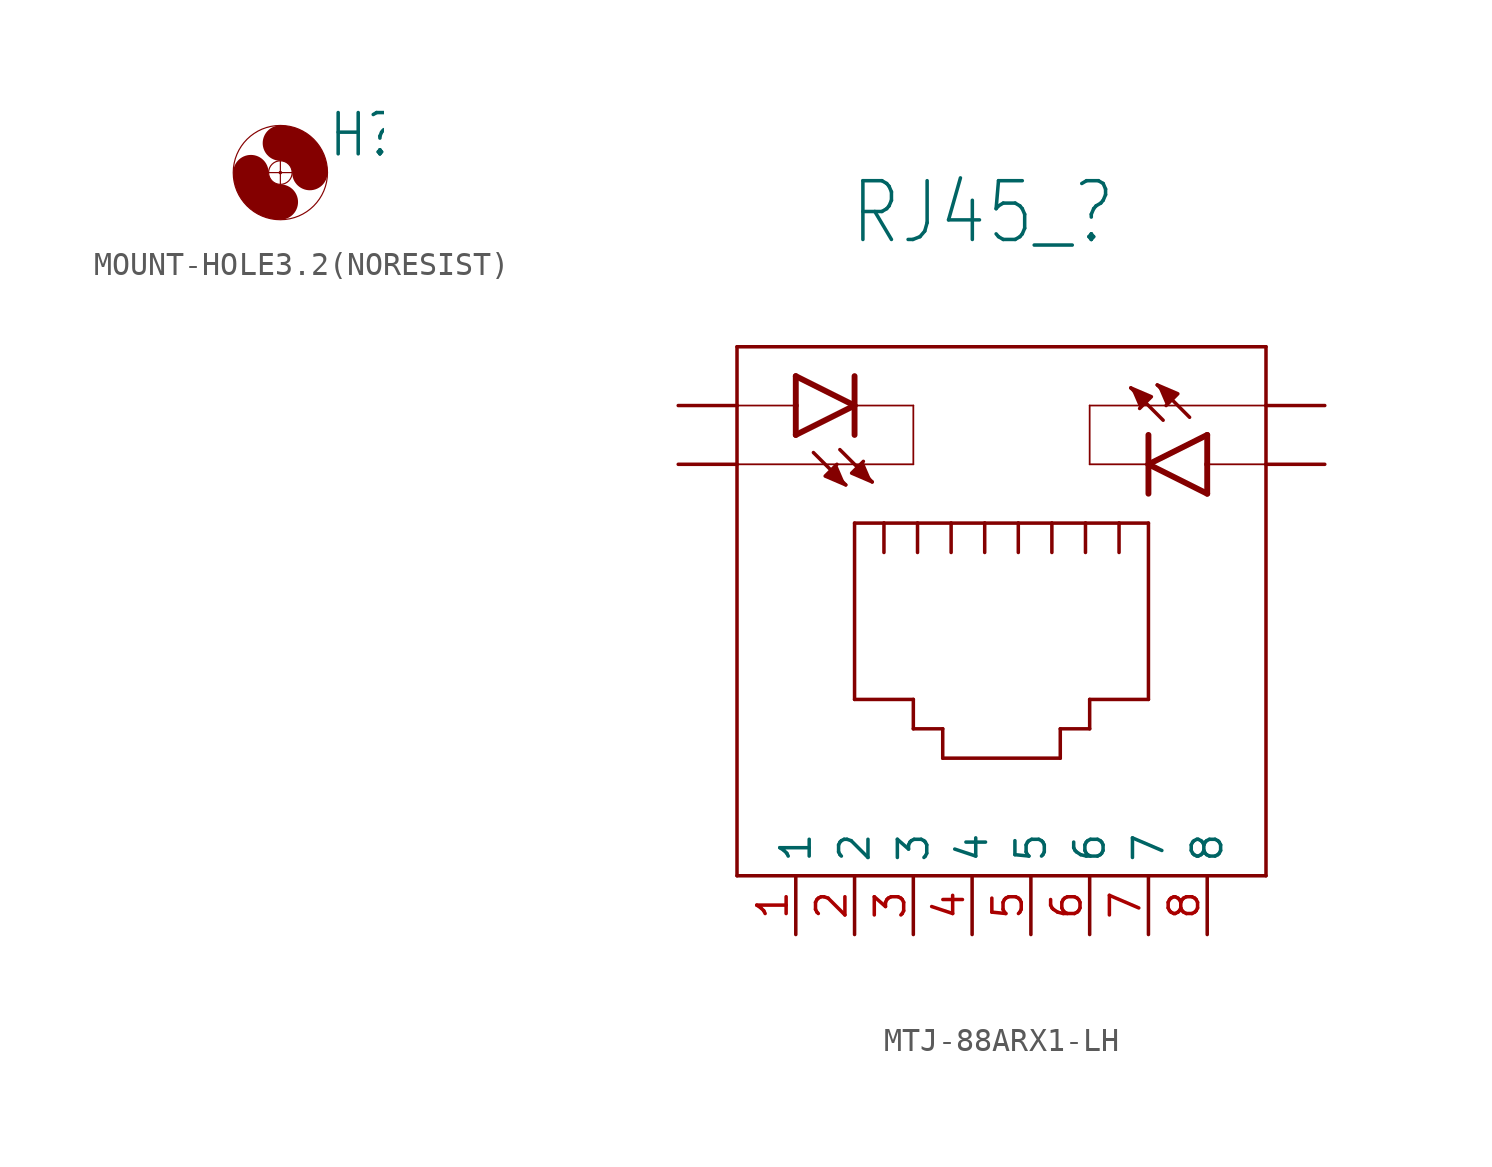
<source format=kicad_sym>
(kicad_symbol_lib
  (version 20220914)
  (generator kicad_symbol_editor)
  (symbol "MOUNT-HOLE3.2(NORESIST)"
    (property "Reference" "H"
      (at 2.032 0.584 0)
      (effects (font (size 1.778 1.511)) (justify left bottom)))
    (property "Value" ""
      (at 2.032 -2.464 0)
      (effects (font (size 1.778 1.511)) (justify left bottom)))
    (property "ki_locked" ""
      (at 0 0 0)
      (effects (font (size 1.27 1.27))))
    (symbol "MOUNT-HOLE3.2(NORESIST)_1_0"
      (arc (start -1.27 0) (mid -0.898 -0.898) (end 0 -1.27) (stroke (width 1.524) (type solid)) (fill (type none)))
      (polyline (pts (xy -0.508 0) (xy 0.508 0)) (stroke (width 0.051) (type solid)) (fill (type none)))
      (polyline (pts (xy 0 0.508) (xy 0 -0.508)) (stroke (width 0.051) (type solid)) (fill (type none)))
      (circle (center 0 0) (radius 0.508) (stroke (width 0.051) (type solid)) (fill (type none)))
      (circle (center 0 0) (radius 2.032) (stroke (width 0.051) (type solid)) (fill (type none)))
      (arc (start 1.27 0) (mid 0.898 0.898) (end 0 1.27) (stroke (width 1.524) (type solid)) (fill (type none)))
      (pin bidirectional line (at 0 0 0) (length 0) (name "P$1" (effects (font (size 0 0)))) (number "P$1" (effects (font (size 0 0)))))))
  (symbol "MTJ-88ARX1-LH"
    (property "Reference" "RJ45_"
      (at 4.826 27.178 0)
      (effects (font (size 2.54 2.159)) (justify left bottom)))
    (property "Value" ""
      (at 4.826 23.876 0)
      (effects (font (size 2.54 2.159)) (justify left bottom)))
    (property "ki_locked" ""
      (at 0 0 0)
      (effects (font (size 1.27 1.27))))
    (symbol "MTJ-88ARX1-LH_1_0"
      (polyline (pts (xy 0 0) (xy 22.86 0)) (stroke (width 0.152) (type solid)) (fill (type none)))
      (polyline (pts (xy 0 17.78) (xy 0 0)) (stroke (width 0.152) (type solid)) (fill (type none)))
      (polyline (pts (xy 0 17.78) (xy 7.62 17.78)) (stroke (width 0.076) (type solid)) (fill (type none)))
      (polyline (pts (xy 0 20.32) (xy 0 17.78)) (stroke (width 0.152) (type solid)) (fill (type none)))
      (polyline (pts (xy 0 20.32) (xy 2.54 20.32)) (stroke (width 0.076) (type solid)) (fill (type none)))
      (polyline (pts (xy 0 22.86) (xy 0 20.32)) (stroke (width 0.152) (type solid)) (fill (type none)))
      (polyline (pts (xy 2.54 20.32) (xy 2.54 19.05)) (stroke (width 0.254) (type solid)) (fill (type none)))
      (polyline (pts (xy 2.54 21.59) (xy 2.54 20.32)) (stroke (width 0.254) (type solid)) (fill (type none)))
      (polyline (pts (xy 2.54 21.59) (xy 5.08 20.32)) (stroke (width 0.254) (type solid)) (fill (type none)))
      (polyline (pts (xy 3.302 18.288) (xy 4.699 16.891)) (stroke (width 0.152) (type solid)) (fill (type none)))
      (polyline (pts (xy 4.445 18.415) (xy 5.842 17.018)) (stroke (width 0.152) (type solid)) (fill (type none)))
      (polyline (pts (xy 5.08 7.62) (xy 7.62 7.62)) (stroke (width 0.152) (type solid)) (fill (type none)))
      (polyline (pts (xy 5.08 15.24) (xy 5.08 7.62)) (stroke (width 0.152) (type solid)) (fill (type none)))
      (polyline (pts (xy 5.08 20.32) (xy 2.54 19.05)) (stroke (width 0.254) (type solid)) (fill (type none)))
      (polyline (pts (xy 5.08 20.32) (xy 5.08 19.05)) (stroke (width 0.254) (type solid)) (fill (type none)))
      (polyline (pts (xy 5.08 21.59) (xy 5.08 20.32)) (stroke (width 0.254) (type solid)) (fill (type none)))
      (polyline (pts (xy 6.35 15.24) (xy 5.08 15.24)) (stroke (width 0.152) (type solid)) (fill (type none)))
      (polyline (pts (xy 6.35 15.24) (xy 6.35 13.97)) (stroke (width 0.152) (type solid)) (fill (type none)))
      (polyline (pts (xy 7.62 6.35) (xy 8.89 6.35)) (stroke (width 0.152) (type solid)) (fill (type none)))
      (polyline (pts (xy 7.62 7.62) (xy 7.62 6.35)) (stroke (width 0.152) (type solid)) (fill (type none)))
      (polyline (pts (xy 7.62 17.78) (xy 7.62 20.32)) (stroke (width 0.076) (type solid)) (fill (type none)))
      (polyline (pts (xy 7.62 20.32) (xy 5.08 20.32)) (stroke (width 0.076) (type solid)) (fill (type none)))
      (polyline (pts (xy 7.801 15.24) (xy 6.35 15.24)) (stroke (width 0.152) (type solid)) (fill (type none)))
      (polyline (pts (xy 7.801 15.24) (xy 7.801 13.97)) (stroke (width 0.152) (type solid)) (fill (type none)))
      (polyline (pts (xy 8.89 5.08) (xy 13.97 5.08)) (stroke (width 0.152) (type solid)) (fill (type none)))
      (polyline (pts (xy 8.89 6.35) (xy 8.89 5.08)) (stroke (width 0.152) (type solid)) (fill (type none)))
      (polyline (pts (xy 9.253 15.24) (xy 7.801 15.24)) (stroke (width 0.152) (type solid)) (fill (type none)))
      (polyline (pts (xy 9.253 15.24) (xy 9.253 13.97)) (stroke (width 0.152) (type solid)) (fill (type none)))
      (polyline (pts (xy 10.704 15.24) (xy 9.253 15.24)) (stroke (width 0.152) (type solid)) (fill (type none)))
      (polyline (pts (xy 10.704 15.24) (xy 10.704 13.97)) (stroke (width 0.152) (type solid)) (fill (type none)))
      (polyline (pts (xy 12.156 15.24) (xy 10.704 15.24)) (stroke (width 0.152) (type solid)) (fill (type none)))
      (polyline (pts (xy 12.156 15.24) (xy 12.156 13.97)) (stroke (width 0.152) (type solid)) (fill (type none)))
      (polyline (pts (xy 13.607 15.24) (xy 12.156 15.24)) (stroke (width 0.152) (type solid)) (fill (type none)))
      (polyline (pts (xy 13.607 15.24) (xy 13.607 13.97)) (stroke (width 0.152) (type solid)) (fill (type none)))
      (polyline (pts (xy 13.97 5.08) (xy 13.97 6.35)) (stroke (width 0.152) (type solid)) (fill (type none)))
      (polyline (pts (xy 13.97 6.35) (xy 15.24 6.35)) (stroke (width 0.152) (type solid)) (fill (type none)))
      (polyline (pts (xy 15.059 15.24) (xy 13.607 15.24)) (stroke (width 0.152) (type solid)) (fill (type none)))
      (polyline (pts (xy 15.059 15.24) (xy 15.059 13.97)) (stroke (width 0.152) (type solid)) (fill (type none)))
      (polyline (pts (xy 15.24 6.35) (xy 15.24 7.62)) (stroke (width 0.152) (type solid)) (fill (type none)))
      (polyline (pts (xy 15.24 7.62) (xy 17.78 7.62)) (stroke (width 0.152) (type solid)) (fill (type none)))
      (polyline (pts (xy 15.24 17.78) (xy 15.24 20.32)) (stroke (width 0.076) (type solid)) (fill (type none)))
      (polyline (pts (xy 15.24 20.32) (xy 22.86 20.32)) (stroke (width 0.076) (type solid)) (fill (type none)))
      (polyline (pts (xy 16.51 15.24) (xy 15.059 15.24)) (stroke (width 0.152) (type solid)) (fill (type none)))
      (polyline (pts (xy 16.51 15.24) (xy 16.51 13.97)) (stroke (width 0.152) (type solid)) (fill (type none)))
      (polyline (pts (xy 17.78 7.62) (xy 17.78 15.24)) (stroke (width 0.152) (type solid)) (fill (type none)))
      (polyline (pts (xy 17.78 15.24) (xy 16.51 15.24)) (stroke (width 0.152) (type solid)) (fill (type none)))
      (polyline (pts (xy 17.78 16.51) (xy 17.78 17.78)) (stroke (width 0.254) (type solid)) (fill (type none)))
      (polyline (pts (xy 17.78 17.78) (xy 15.24 17.78)) (stroke (width 0.076) (type solid)) (fill (type none)))
      (polyline (pts (xy 17.78 17.78) (xy 17.78 19.05)) (stroke (width 0.254) (type solid)) (fill (type none)))
      (polyline (pts (xy 17.78 17.78) (xy 20.32 19.05)) (stroke (width 0.254) (type solid)) (fill (type none)))
      (polyline (pts (xy 18.415 19.685) (xy 17.018 21.082)) (stroke (width 0.152) (type solid)) (fill (type none)))
      (polyline (pts (xy 19.558 19.812) (xy 18.161 21.209)) (stroke (width 0.152) (type solid)) (fill (type none)))
      (polyline (pts (xy 20.32 16.51) (xy 17.78 17.78)) (stroke (width 0.254) (type solid)) (fill (type none)))
      (polyline (pts (xy 20.32 16.51) (xy 20.32 17.78)) (stroke (width 0.254) (type solid)) (fill (type none)))
      (polyline (pts (xy 20.32 17.78) (xy 20.32 19.05)) (stroke (width 0.254) (type solid)) (fill (type none)))
      (polyline (pts (xy 22.86 0) (xy 22.86 17.78)) (stroke (width 0.152) (type solid)) (fill (type none)))
      (polyline (pts (xy 22.86 17.78) (xy 20.32 17.78)) (stroke (width 0.076) (type solid)) (fill (type none)))
      (polyline (pts (xy 22.86 17.78) (xy 22.86 20.32)) (stroke (width 0.152) (type solid)) (fill (type none)))
      (polyline (pts (xy 22.86 20.32) (xy 22.86 22.86)) (stroke (width 0.152) (type solid)) (fill (type none)))
      (polyline (pts (xy 22.86 22.86) (xy 0 22.86)) (stroke (width 0.152) (type solid)) (fill (type none)))
      (polyline (pts (xy 4.699 16.891) (xy 3.81 17.272) (xy 4.318 17.78)) (stroke (width 0.152) (type solid)) (fill (type outline)))
      (polyline (pts (xy 5.842 17.018) (xy 4.953 17.399) (xy 5.461 17.907)) (stroke (width 0.152) (type solid)) (fill (type outline)))
      (polyline (pts (xy 17.018 21.082) (xy 17.907 20.701) (xy 17.399 20.193)) (stroke (width 0.152) (type solid)) (fill (type outline)))
      (polyline (pts (xy 18.161 21.209) (xy 19.05 20.828) (xy 18.542 20.32)) (stroke (width 0.152) (type solid)) (fill (type outline)))
      (pin bidirectional line (at 2.54 -2.54 90) (length 2.54) (name "1" (effects (font (size 1.27 1.27)))) (number "1" (effects (font (size 1.27 1.27)))))
      (pin bidirectional line (at 5.08 -2.54 90) (length 2.54) (name "2" (effects (font (size 1.27 1.27)))) (number "2" (effects (font (size 1.27 1.27)))))
      (pin bidirectional line (at 7.62 -2.54 90) (length 2.54) (name "3" (effects (font (size 1.27 1.27)))) (number "3" (effects (font (size 1.27 1.27)))))
      (pin bidirectional line (at 10.16 -2.54 90) (length 2.54) (name "4" (effects (font (size 1.27 1.27)))) (number "4" (effects (font (size 1.27 1.27)))))
      (pin bidirectional line (at 12.7 -2.54 90) (length 2.54) (name "5" (effects (font (size 1.27 1.27)))) (number "5" (effects (font (size 1.27 1.27)))))
      (pin bidirectional line (at 15.24 -2.54 90) (length 2.54) (name "6" (effects (font (size 1.27 1.27)))) (number "6" (effects (font (size 1.27 1.27)))))
      (pin bidirectional line (at 17.78 -2.54 90) (length 2.54) (name "7" (effects (font (size 1.27 1.27)))) (number "7" (effects (font (size 1.27 1.27)))))
      (pin bidirectional line (at 20.32 -2.54 90) (length 2.54) (name "8" (effects (font (size 1.27 1.27)))) (number "8" (effects (font (size 1.27 1.27)))))
      (pin bidirectional line (at -2.54 20.32 0) (length 2.54) (name "LED1_A" (effects (font (size 0 0)))) (number "LED1_A" (effects (font (size 0 0)))))
      (pin bidirectional line (at -2.54 17.78 0) (length 2.54) (name "LED1_K" (effects (font (size 0 0)))) (number "LED1_K" (effects (font (size 0 0)))))
      (pin bidirectional line (at 25.4 17.78 180) (length 2.54) (name "LED2_A" (effects (font (size 0 0)))) (number "LED2_A" (effects (font (size 0 0)))))
      (pin bidirectional line (at 25.4 20.32 180) (length 2.54) (name "LED2_K" (effects (font (size 0 0)))) (number "LED2_K" (effects (font (size 0 0))))))))
</source>
